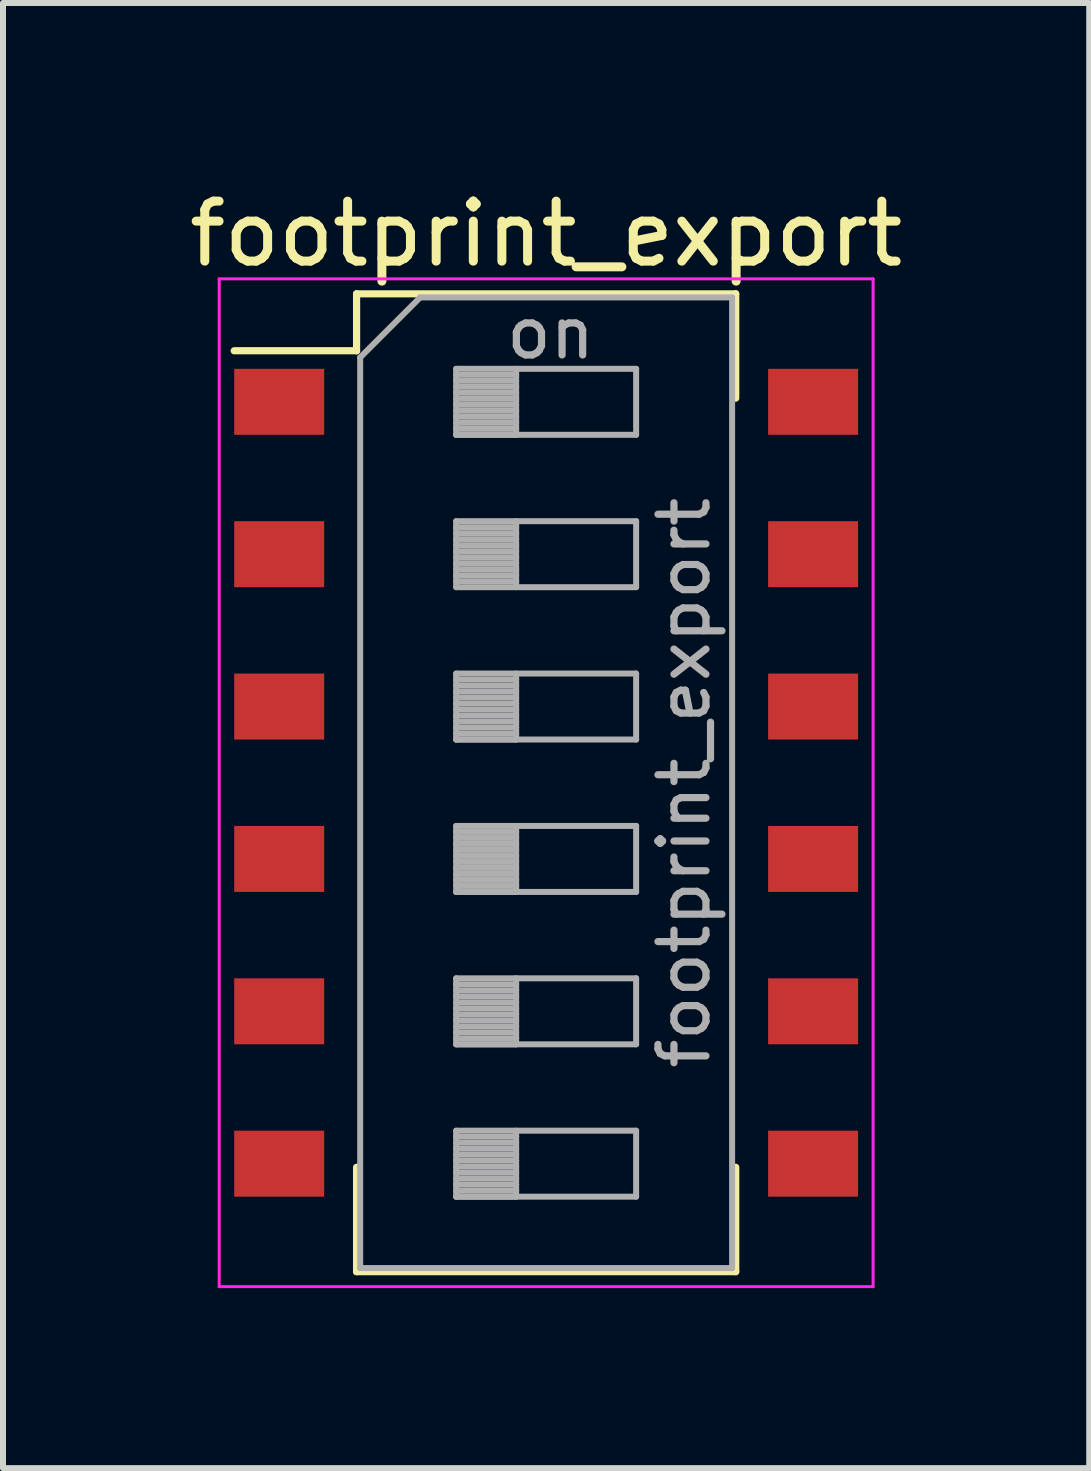
<source format=kicad_pcb>
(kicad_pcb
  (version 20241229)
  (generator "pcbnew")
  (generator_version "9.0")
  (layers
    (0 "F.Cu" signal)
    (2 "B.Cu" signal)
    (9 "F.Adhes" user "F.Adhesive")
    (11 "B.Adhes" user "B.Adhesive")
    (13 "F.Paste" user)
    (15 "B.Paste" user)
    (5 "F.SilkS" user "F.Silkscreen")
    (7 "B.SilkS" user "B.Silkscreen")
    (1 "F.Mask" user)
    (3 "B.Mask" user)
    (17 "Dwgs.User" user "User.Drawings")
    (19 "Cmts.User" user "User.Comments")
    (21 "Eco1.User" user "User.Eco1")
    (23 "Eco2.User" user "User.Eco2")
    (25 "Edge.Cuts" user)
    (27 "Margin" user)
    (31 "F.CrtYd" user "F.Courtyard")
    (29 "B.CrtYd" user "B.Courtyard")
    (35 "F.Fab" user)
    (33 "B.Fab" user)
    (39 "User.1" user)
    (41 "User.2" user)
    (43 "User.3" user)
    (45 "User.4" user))
  (footprint "footprint_export"
    (layer "F.Cu")
    (at 6.054 9.998)
    (property "Reference" "footprint_export" (at 0 -9.15 0) (layer "F.SilkS") (effects (font (size 1 1) (thickness 0.15))))
    (attr smd)
    (fp_line (start -5.2 -7.201) (end -3.16 -7.201) (stroke (width 0.12) (type solid)) (layer "F.SilkS"))
    (fp_line (start -3.16 -8.15) (end -3.16 -7.201) (stroke (width 0.12) (type solid)) (layer "F.SilkS"))
    (fp_line (start -3.16 -8.15) (end 3.16 -8.15) (stroke (width 0.12) (type solid)) (layer "F.SilkS"))
    (fp_line (start -3.16 6.41) (end -3.16 8.15) (stroke (width 0.12) (type solid)) (layer "F.SilkS"))
    (fp_line (start -3.16 8.15) (end 3.16 8.15) (stroke (width 0.12) (type solid)) (layer "F.SilkS"))
    (fp_line (start 3.16 -8.15) (end 3.16 -6.411) (stroke (width 0.12) (type solid)) (layer "F.SilkS"))
    (fp_line (start 3.16 6.41) (end 3.16 8.15) (stroke (width 0.12) (type solid)) (layer "F.SilkS"))
    (fp_line (start -5.45 -8.4) (end -5.45 8.4) (stroke (width 0.05) (type solid)) (layer "F.CrtYd"))
    (fp_line (start -5.45 8.4) (end 5.45 8.4) (stroke (width 0.05) (type solid)) (layer "F.CrtYd"))
    (fp_line (start 5.45 -8.4) (end -5.45 -8.4) (stroke (width 0.05) (type solid)) (layer "F.CrtYd"))
    (fp_line (start 5.45 8.4) (end 5.45 -8.4) (stroke (width 0.05) (type solid)) (layer "F.CrtYd"))
    (fp_line (start -3.1 -7.09) (end -2.1 -8.09) (stroke (width 0.1) (type solid)) (layer "F.Fab"))
    (fp_line (start -3.1 8.09) (end -3.1 -7.09) (stroke (width 0.1) (type solid)) (layer "F.Fab"))
    (fp_line (start -2.1 -8.09) (end 3.1 -8.09) (stroke (width 0.1) (type solid)) (layer "F.Fab"))
    (fp_line (start -1.5 -6.9) (end -1.5 -5.8) (stroke (width 0.1) (type solid)) (layer "F.Fab"))
    (fp_line (start -1.5 -6.8) (end -0.5 -6.8) (stroke (width 0.1) (type solid)) (layer "F.Fab"))
    (fp_line (start -1.5 -6.7) (end -0.5 -6.7) (stroke (width 0.1) (type solid)) (layer "F.Fab"))
    (fp_line (start -1.5 -6.6) (end -0.5 -6.6) (stroke (width 0.1) (type solid)) (layer "F.Fab"))
    (fp_line (start -1.5 -6.5) (end -0.5 -6.5) (stroke (width 0.1) (type solid)) (layer "F.Fab"))
    (fp_line (start -1.5 -6.4) (end -0.5 -6.4) (stroke (width 0.1) (type solid)) (layer "F.Fab"))
    (fp_line (start -1.5 -6.3) (end -0.5 -6.3) (stroke (width 0.1) (type solid)) (layer "F.Fab"))
    (fp_line (start -1.5 -6.2) (end -0.5 -6.2) (stroke (width 0.1) (type solid)) (layer "F.Fab"))
    (fp_line (start -1.5 -6.1) (end -0.5 -6.1) (stroke (width 0.1) (type solid)) (layer "F.Fab"))
    (fp_line (start -1.5 -6) (end -0.5 -6) (stroke (width 0.1) (type solid)) (layer "F.Fab"))
    (fp_line (start -1.5 -5.9) (end -0.5 -5.9) (stroke (width 0.1) (type solid)) (layer "F.Fab"))
    (fp_line (start -1.5 -5.8) (end -0.5 -5.8) (stroke (width 0.1) (type solid)) (layer "F.Fab"))
    (fp_line (start -1.5 -5.8) (end 1.5 -5.8) (stroke (width 0.1) (type solid)) (layer "F.Fab"))
    (fp_line (start -1.5 -4.36) (end -1.5 -3.26) (stroke (width 0.1) (type solid)) (layer "F.Fab"))
    (fp_line (start -1.5 -4.26) (end -0.5 -4.26) (stroke (width 0.1) (type solid)) (layer "F.Fab"))
    (fp_line (start -1.5 -4.16) (end -0.5 -4.16) (stroke (width 0.1) (type solid)) (layer "F.Fab"))
    (fp_line (start -1.5 -4.06) (end -0.5 -4.06) (stroke (width 0.1) (type solid)) (layer "F.Fab"))
    (fp_line (start -1.5 -3.96) (end -0.5 -3.96) (stroke (width 0.1) (type solid)) (layer "F.Fab"))
    (fp_line (start -1.5 -3.86) (end -0.5 -3.86) (stroke (width 0.1) (type solid)) (layer "F.Fab"))
    (fp_line (start -1.5 -3.76) (end -0.5 -3.76) (stroke (width 0.1) (type solid)) (layer "F.Fab"))
    (fp_line (start -1.5 -3.66) (end -0.5 -3.66) (stroke (width 0.1) (type solid)) (layer "F.Fab"))
    (fp_line (start -1.5 -3.56) (end -0.5 -3.56) (stroke (width 0.1) (type solid)) (layer "F.Fab"))
    (fp_line (start -1.5 -3.46) (end -0.5 -3.46) (stroke (width 0.1) (type solid)) (layer "F.Fab"))
    (fp_line (start -1.5 -3.36) (end -0.5 -3.36) (stroke (width 0.1) (type solid)) (layer "F.Fab"))
    (fp_line (start -1.5 -3.26) (end 1.5 -3.26) (stroke (width 0.1) (type solid)) (layer "F.Fab"))
    (fp_line (start -1.5 -1.82) (end -1.5 -0.72) (stroke (width 0.1) (type solid)) (layer "F.Fab"))
    (fp_line (start -1.5 -1.72) (end -0.5 -1.72) (stroke (width 0.1) (type solid)) (layer "F.Fab"))
    (fp_line (start -1.5 -1.62) (end -0.5 -1.62) (stroke (width 0.1) (type solid)) (layer "F.Fab"))
    (fp_line (start -1.5 -1.52) (end -0.5 -1.52) (stroke (width 0.1) (type solid)) (layer "F.Fab"))
    (fp_line (start -1.5 -1.42) (end -0.5 -1.42) (stroke (width 0.1) (type solid)) (layer "F.Fab"))
    (fp_line (start -1.5 -1.32) (end -0.5 -1.32) (stroke (width 0.1) (type solid)) (layer "F.Fab"))
    (fp_line (start -1.5 -1.22) (end -0.5 -1.22) (stroke (width 0.1) (type solid)) (layer "F.Fab"))
    (fp_line (start -1.5 -1.12) (end -0.5 -1.12) (stroke (width 0.1) (type solid)) (layer "F.Fab"))
    (fp_line (start -1.5 -1.02) (end -0.5 -1.02) (stroke (width 0.1) (type solid)) (layer "F.Fab"))
    (fp_line (start -1.5 -0.92) (end -0.5 -0.92) (stroke (width 0.1) (type solid)) (layer "F.Fab"))
    (fp_line (start -1.5 -0.82) (end -0.5 -0.82) (stroke (width 0.1) (type solid)) (layer "F.Fab"))
    (fp_line (start -1.5 -0.72) (end -0.5 -0.72) (stroke (width 0.1) (type solid)) (layer "F.Fab"))
    (fp_line (start -1.5 -0.72) (end 1.5 -0.72) (stroke (width 0.1) (type solid)) (layer "F.Fab"))
    (fp_line (start -1.5 0.72) (end -1.5 1.82) (stroke (width 0.1) (type solid)) (layer "F.Fab"))
    (fp_line (start -1.5 0.82) (end -0.5 0.82) (stroke (width 0.1) (type solid)) (layer "F.Fab"))
    (fp_line (start -1.5 0.92) (end -0.5 0.92) (stroke (width 0.1) (type solid)) (layer "F.Fab"))
    (fp_line (start -1.5 1.02) (end -0.5 1.02) (stroke (width 0.1) (type solid)) (layer "F.Fab"))
    (fp_line (start -1.5 1.12) (end -0.5 1.12) (stroke (width 0.1) (type solid)) (layer "F.Fab"))
    (fp_line (start -1.5 1.22) (end -0.5 1.22) (stroke (width 0.1) (type solid)) (layer "F.Fab"))
    (fp_line (start -1.5 1.32) (end -0.5 1.32) (stroke (width 0.1) (type solid)) (layer "F.Fab"))
    (fp_line (start -1.5 1.42) (end -0.5 1.42) (stroke (width 0.1) (type solid)) (layer "F.Fab"))
    (fp_line (start -1.5 1.52) (end -0.5 1.52) (stroke (width 0.1) (type solid)) (layer "F.Fab"))
    (fp_line (start -1.5 1.62) (end -0.5 1.62) (stroke (width 0.1) (type solid)) (layer "F.Fab"))
    (fp_line (start -1.5 1.72) (end -0.5 1.72) (stroke (width 0.1) (type solid)) (layer "F.Fab"))
    (fp_line (start -1.5 1.82) (end -0.5 1.82) (stroke (width 0.1) (type solid)) (layer "F.Fab"))
    (fp_line (start -1.5 1.82) (end 1.5 1.82) (stroke (width 0.1) (type solid)) (layer "F.Fab"))
    (fp_line (start -1.5 3.26) (end -1.5 4.36) (stroke (width 0.1) (type solid)) (layer "F.Fab"))
    (fp_line (start -1.5 3.36) (end -0.5 3.36) (stroke (width 0.1) (type solid)) (layer "F.Fab"))
    (fp_line (start -1.5 3.46) (end -0.5 3.46) (stroke (width 0.1) (type solid)) (layer "F.Fab"))
    (fp_line (start -1.5 3.56) (end -0.5 3.56) (stroke (width 0.1) (type solid)) (layer "F.Fab"))
    (fp_line (start -1.5 3.66) (end -0.5 3.66) (stroke (width 0.1) (type solid)) (layer "F.Fab"))
    (fp_line (start -1.5 3.76) (end -0.5 3.76) (stroke (width 0.1) (type solid)) (layer "F.Fab"))
    (fp_line (start -1.5 3.86) (end -0.5 3.86) (stroke (width 0.1) (type solid)) (layer "F.Fab"))
    (fp_line (start -1.5 3.96) (end -0.5 3.96) (stroke (width 0.1) (type solid)) (layer "F.Fab"))
    (fp_line (start -1.5 4.06) (end -0.5 4.06) (stroke (width 0.1) (type solid)) (layer "F.Fab"))
    (fp_line (start -1.5 4.16) (end -0.5 4.16) (stroke (width 0.1) (type solid)) (layer "F.Fab"))
    (fp_line (start -1.5 4.26) (end -0.5 4.26) (stroke (width 0.1) (type solid)) (layer "F.Fab"))
    (fp_line (start -1.5 4.36) (end -0.5 4.36) (stroke (width 0.1) (type solid)) (layer "F.Fab"))
    (fp_line (start -1.5 4.36) (end 1.5 4.36) (stroke (width 0.1) (type solid)) (layer "F.Fab"))
    (fp_line (start -1.5 5.8) (end -1.5 6.9) (stroke (width 0.1) (type solid)) (layer "F.Fab"))
    (fp_line (start -1.5 5.9) (end -0.5 5.9) (stroke (width 0.1) (type solid)) (layer "F.Fab"))
    (fp_line (start -1.5 6) (end -0.5 6) (stroke (width 0.1) (type solid)) (layer "F.Fab"))
    (fp_line (start -1.5 6.1) (end -0.5 6.1) (stroke (width 0.1) (type solid)) (layer "F.Fab"))
    (fp_line (start -1.5 6.2) (end -0.5 6.2) (stroke (width 0.1) (type solid)) (layer "F.Fab"))
    (fp_line (start -1.5 6.3) (end -0.5 6.3) (stroke (width 0.1) (type solid)) (layer "F.Fab"))
    (fp_line (start -1.5 6.4) (end -0.5 6.4) (stroke (width 0.1) (type solid)) (layer "F.Fab"))
    (fp_line (start -1.5 6.5) (end -0.5 6.5) (stroke (width 0.1) (type solid)) (layer "F.Fab"))
    (fp_line (start -1.5 6.6) (end -0.5 6.6) (stroke (width 0.1) (type solid)) (layer "F.Fab"))
    (fp_line (start -1.5 6.7) (end -0.5 6.7) (stroke (width 0.1) (type solid)) (layer "F.Fab"))
    (fp_line (start -1.5 6.8) (end -0.5 6.8) (stroke (width 0.1) (type solid)) (layer "F.Fab"))
    (fp_line (start -1.5 6.9) (end -0.5 6.9) (stroke (width 0.1) (type solid)) (layer "F.Fab"))
    (fp_line (start -1.5 6.9) (end 1.5 6.9) (stroke (width 0.1) (type solid)) (layer "F.Fab"))
    (fp_line (start -0.5 -6.9) (end -0.5 -5.8) (stroke (width 0.1) (type solid)) (layer "F.Fab"))
    (fp_line (start -0.5 -4.36) (end -0.5 -3.26) (stroke (width 0.1) (type solid)) (layer "F.Fab"))
    (fp_line (start -0.5 -1.82) (end -0.5 -0.72) (stroke (width 0.1) (type solid)) (layer "F.Fab"))
    (fp_line (start -0.5 0.72) (end -0.5 1.82) (stroke (width 0.1) (type solid)) (layer "F.Fab"))
    (fp_line (start -0.5 3.26) (end -0.5 4.36) (stroke (width 0.1) (type solid)) (layer "F.Fab"))
    (fp_line (start -0.5 5.8) (end -0.5 6.9) (stroke (width 0.1) (type solid)) (layer "F.Fab"))
    (fp_line (start 1.5 -6.9) (end -1.5 -6.9) (stroke (width 0.1) (type solid)) (layer "F.Fab"))
    (fp_line (start 1.5 -5.8) (end 1.5 -6.9) (stroke (width 0.1) (type solid)) (layer "F.Fab"))
    (fp_line (start 1.5 -4.36) (end -1.5 -4.36) (stroke (width 0.1) (type solid)) (layer "F.Fab"))
    (fp_line (start 1.5 -3.26) (end 1.5 -4.36) (stroke (width 0.1) (type solid)) (layer "F.Fab"))
    (fp_line (start 1.5 -1.82) (end -1.5 -1.82) (stroke (width 0.1) (type solid)) (layer "F.Fab"))
    (fp_line (start 1.5 -0.72) (end 1.5 -1.82) (stroke (width 0.1) (type solid)) (layer "F.Fab"))
    (fp_line (start 1.5 0.72) (end -1.5 0.72) (stroke (width 0.1) (type solid)) (layer "F.Fab"))
    (fp_line (start 1.5 1.82) (end 1.5 0.72) (stroke (width 0.1) (type solid)) (layer "F.Fab"))
    (fp_line (start 1.5 3.26) (end -1.5 3.26) (stroke (width 0.1) (type solid)) (layer "F.Fab"))
    (fp_line (start 1.5 4.36) (end 1.5 3.26) (stroke (width 0.1) (type solid)) (layer "F.Fab"))
    (fp_line (start 1.5 5.8) (end -1.5 5.8) (stroke (width 0.1) (type solid)) (layer "F.Fab"))
    (fp_line (start 1.5 6.9) (end 1.5 5.8) (stroke (width 0.1) (type solid)) (layer "F.Fab"))
    (fp_line (start 3.1 -8.09) (end 3.1 8.09) (stroke (width 0.1) (type solid)) (layer "F.Fab"))
    (fp_line (start 3.1 8.09) (end -3.1 8.09) (stroke (width 0.1) (type solid)) (layer "F.Fab"))
    (fp_text user "${REFERENCE}" (at 2.3 0 90) (layer "F.Fab") (effects (font (size 0.8 0.8) (thickness 0.12))))
    (fp_text user "on" (at 0.075 -7.495 0) (layer "F.Fab") (effects (font (size 0.8 0.8) (thickness 0.12))))
    (pad "1" smd rect (at -4.45 -6.35) (size 1.5 1.1) (layers "F.Cu" "F.Mask" "F.Paste"))
    (pad "2" smd rect (at -4.45 -3.81) (size 1.5 1.1) (layers "F.Cu" "F.Mask" "F.Paste"))
    (pad "3" smd rect (at -4.45 -1.27) (size 1.5 1.1) (layers "F.Cu" "F.Mask" "F.Paste"))
    (pad "4" smd rect (at -4.45 1.27) (size 1.5 1.1) (layers "F.Cu" "F.Mask" "F.Paste"))
    (pad "5" smd rect (at -4.45 3.81) (size 1.5 1.1) (layers "F.Cu" "F.Mask" "F.Paste"))
    (pad "6" smd rect (at -4.45 6.35) (size 1.5 1.1) (layers "F.Cu" "F.Mask" "F.Paste"))
    (pad "7" smd rect (at 4.45 6.35) (size 1.5 1.1) (layers "F.Cu" "F.Mask" "F.Paste"))
    (pad "8" smd rect (at 4.45 3.81) (size 1.5 1.1) (layers "F.Cu" "F.Mask" "F.Paste"))
    (pad "9" smd rect (at 4.45 1.27) (size 1.5 1.1) (layers "F.Cu" "F.Mask" "F.Paste"))
    (pad "10" smd rect (at 4.45 -1.27) (size 1.5 1.1) (layers "F.Cu" "F.Mask" "F.Paste"))
    (pad "11" smd rect (at 4.45 -3.81) (size 1.5 1.1) (layers "F.Cu" "F.Mask" "F.Paste"))
    (pad "12" smd rect (at 4.45 -6.35) (size 1.5 1.1) (layers "F.Cu" "F.Mask" "F.Paste")))
  (gr_rect
    (start -3 -3)
    (end 15.107 21.423)
    (stroke (width 0.1) (type default))
    (fill no)
    (layer "Edge.Cuts")))
</source>
